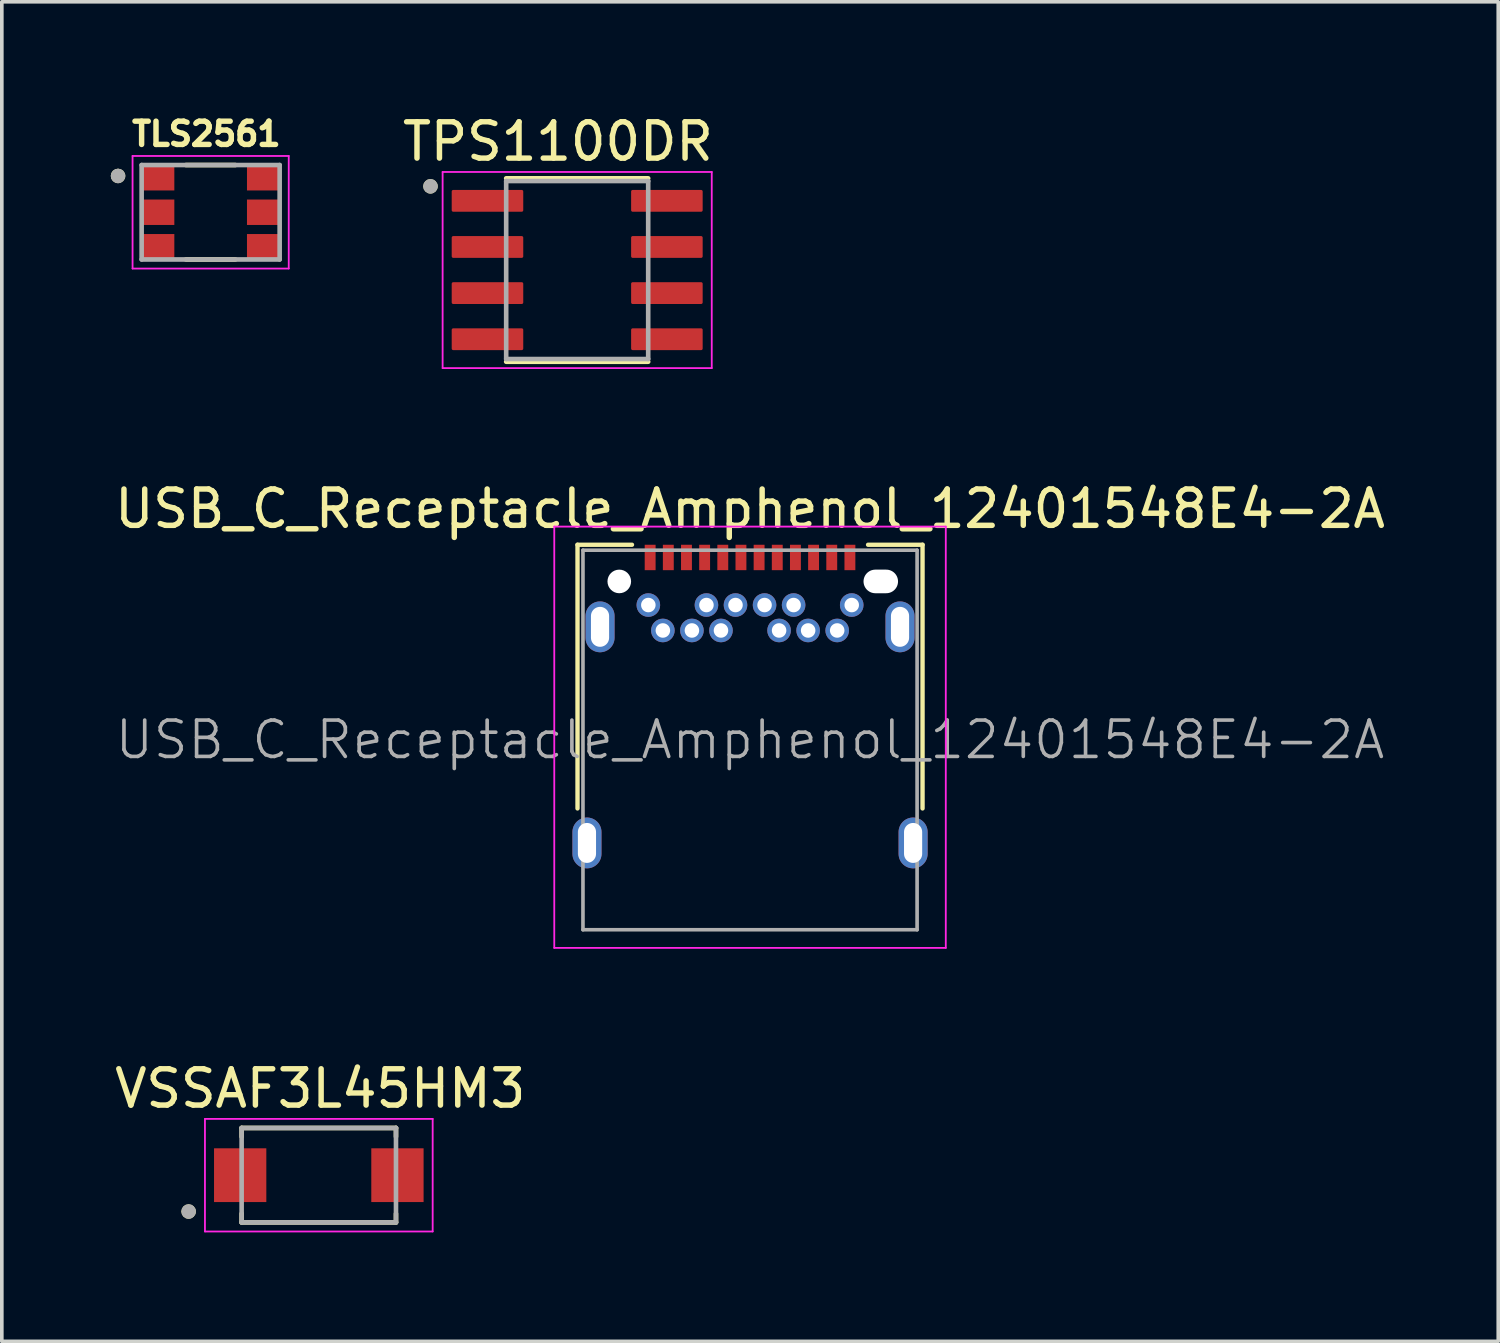
<source format=kicad_pcb>
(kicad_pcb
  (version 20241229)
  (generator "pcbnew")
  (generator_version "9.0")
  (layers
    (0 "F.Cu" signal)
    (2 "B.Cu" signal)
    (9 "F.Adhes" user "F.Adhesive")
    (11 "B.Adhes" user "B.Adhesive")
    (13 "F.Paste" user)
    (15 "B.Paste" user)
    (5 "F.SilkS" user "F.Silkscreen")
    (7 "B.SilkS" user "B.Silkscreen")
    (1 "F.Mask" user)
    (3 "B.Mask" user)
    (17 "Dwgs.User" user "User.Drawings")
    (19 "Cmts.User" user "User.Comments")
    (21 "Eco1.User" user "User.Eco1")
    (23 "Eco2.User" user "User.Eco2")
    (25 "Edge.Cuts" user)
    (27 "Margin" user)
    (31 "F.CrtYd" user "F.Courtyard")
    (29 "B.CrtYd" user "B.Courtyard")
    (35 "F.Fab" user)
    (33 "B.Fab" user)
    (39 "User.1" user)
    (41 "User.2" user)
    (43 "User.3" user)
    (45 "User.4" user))
  (footprint "TPS1100DR"
    (layer "F.Cu")
    (at 12.842 4.385)
    (property "Reference" "TPS1100DR" (at -0.53 -3.537 0) (layer "F.SilkS") (effects (font (size 1 1) (thickness 0.15))))
    (attr through_hole)
    (fp_line (start -1.955 -2.525) (end 1.955 -2.525) (stroke (width 0.127) (type solid)) (layer "F.SilkS"))
    (fp_line (start -1.955 2.525) (end 1.955 2.525) (stroke (width 0.127) (type solid)) (layer "F.SilkS"))
    (fp_circle (center -4.04 -2.305) (end -3.94 -2.305) (stroke (width 0.2) (type solid)) (fill no) (layer "F.SilkS"))
    (fp_line (start -3.705 -2.7) (end -3.705 2.7) (stroke (width 0.05) (type solid)) (layer "F.CrtYd"))
    (fp_line (start -3.705 -2.7) (end 3.705 -2.7) (stroke (width 0.05) (type solid)) (layer "F.CrtYd"))
    (fp_line (start -3.705 2.7) (end 3.705 2.7) (stroke (width 0.05) (type solid)) (layer "F.CrtYd"))
    (fp_line (start 3.705 -2.7) (end 3.705 2.7) (stroke (width 0.05) (type solid)) (layer "F.CrtYd"))
    (fp_line (start -1.955 -2.45) (end -1.955 2.45) (stroke (width 0.127) (type solid)) (layer "F.Fab"))
    (fp_line (start -1.955 -2.45) (end 1.955 -2.45) (stroke (width 0.127) (type solid)) (layer "F.Fab"))
    (fp_line (start -1.955 2.45) (end 1.955 2.45) (stroke (width 0.127) (type solid)) (layer "F.Fab"))
    (fp_line (start 1.955 -2.45) (end 1.955 2.45) (stroke (width 0.127) (type solid)) (layer "F.Fab"))
    (fp_circle (center -4.04 -2.305) (end -3.94 -2.305) (stroke (width 0.2) (type solid)) (fill no) (layer "F.Fab"))
    (pad "1" smd roundrect (at -2.47 -1.905) (size 1.97 0.6) (layers "F.Cu" "F.Mask" "F.Paste") (roundrect_rratio 0.07))
    (pad "2" smd roundrect (at -2.47 -0.635) (size 1.97 0.6) (layers "F.Cu" "F.Mask" "F.Paste") (roundrect_rratio 0.07))
    (pad "3" smd roundrect (at -2.47 0.635) (size 1.97 0.6) (layers "F.Cu" "F.Mask" "F.Paste") (roundrect_rratio 0.07))
    (pad "4" smd roundrect (at -2.47 1.905) (size 1.97 0.6) (layers "F.Cu" "F.Mask" "F.Paste") (roundrect_rratio 0.07))
    (pad "5" smd roundrect (at 2.47 1.905) (size 1.97 0.6) (layers "F.Cu" "F.Mask" "F.Paste") (roundrect_rratio 0.07))
    (pad "6" smd roundrect (at 2.47 0.635) (size 1.97 0.6) (layers "F.Cu" "F.Mask" "F.Paste") (roundrect_rratio 0.07))
    (pad "7" smd roundrect (at 2.47 -0.635) (size 1.97 0.6) (layers "F.Cu" "F.Mask" "F.Paste") (roundrect_rratio 0.07))
    (pad "8" smd roundrect (at 2.47 -1.905) (size 1.97 0.6) (layers "F.Cu" "F.Mask" "F.Paste") (roundrect_rratio 0.07)))
  (footprint "VSSAF3L45HM3"
    (layer "F.Cu")
    (at 5.728 29.307)
    (property "Reference" "VSSAF3L45HM3" (at 0.04 -2.385 0) (layer "F.SilkS") (effects (font (size 1 1) (thickness 0.15))))
    (attr through_hole)
    (fp_line (start -2.125 -1.3) (end 2.125 -1.3) (stroke (width 0.127) (type solid)) (layer "F.SilkS"))
    (fp_line (start -2.125 -1.06) (end -2.125 -1.3) (stroke (width 0.127) (type solid)) (layer "F.SilkS"))
    (fp_line (start -2.125 1.3) (end -2.125 1.06) (stroke (width 0.127) (type solid)) (layer "F.SilkS"))
    (fp_line (start 2.125 -1.3) (end 2.125 -1.06) (stroke (width 0.127) (type solid)) (layer "F.SilkS"))
    (fp_line (start 2.125 1.3) (end -2.125 1.3) (stroke (width 0.127) (type solid)) (layer "F.SilkS"))
    (fp_line (start 2.125 1.3) (end 2.125 1.06) (stroke (width 0.127) (type solid)) (layer "F.SilkS"))
    (fp_circle (center -3.585 1) (end -3.485 1) (stroke (width 0.2) (type solid)) (fill no) (layer "F.SilkS"))
    (fp_line (start -3.135 -1.55) (end -3.135 1.55) (stroke (width 0.05) (type solid)) (layer "F.CrtYd"))
    (fp_line (start -3.135 1.55) (end 3.135 1.55) (stroke (width 0.05) (type solid)) (layer "F.CrtYd"))
    (fp_line (start 3.135 -1.55) (end -3.135 -1.55) (stroke (width 0.05) (type solid)) (layer "F.CrtYd"))
    (fp_line (start 3.135 1.55) (end 3.135 -1.55) (stroke (width 0.05) (type solid)) (layer "F.CrtYd"))
    (fp_line (start -2.125 -1.3) (end 2.125 -1.3) (stroke (width 0.127) (type solid)) (layer "F.Fab"))
    (fp_line (start -2.125 1.3) (end -2.125 -1.3) (stroke (width 0.127) (type solid)) (layer "F.Fab"))
    (fp_line (start 2.125 -1.3) (end 2.125 1.3) (stroke (width 0.127) (type solid)) (layer "F.Fab"))
    (fp_line (start 2.125 1.3) (end -2.125 1.3) (stroke (width 0.127) (type solid)) (layer "F.Fab"))
    (fp_circle (center -3.585 1) (end -3.485 1) (stroke (width 0.2) (type solid)) (fill no) (layer "F.Fab"))
    (pad "1" smd rect (at -2.165 0) (size 1.44 1.48) (layers "F.Cu" "F.Mask" "F.Paste"))
    (pad "2" smd rect (at 2.165 0) (size 1.44 1.48) (layers "F.Cu" "F.Mask" "F.Paste")))
  (footprint "TLS2561"
    (layer "F.Cu")
    (at 2.75 2.794)
    (property "Reference" "TLS2561" (at -0.118 -2.156 0) (layer "F.SilkS") (effects (font (size 0.64 0.64) (thickness 0.15))))
    (attr through_hole)
    (fp_line (start -0.68 -1.3) (end 0.68 -1.3) (stroke (width 0.127) (type solid)) (layer "F.SilkS"))
    (fp_line (start 0.68 1.3) (end -0.68 1.3) (stroke (width 0.127) (type solid)) (layer "F.SilkS"))
    (fp_circle (center -2.55 -1) (end -2.45 -1) (stroke (width 0.2) (type solid)) (fill no) (layer "F.SilkS"))
    (fp_line (start -2.15 -1.55) (end -2.15 1.55) (stroke (width 0.05) (type solid)) (layer "F.CrtYd"))
    (fp_line (start -2.15 1.55) (end 2.15 1.55) (stroke (width 0.05) (type solid)) (layer "F.CrtYd"))
    (fp_line (start 2.15 -1.55) (end -2.15 -1.55) (stroke (width 0.05) (type solid)) (layer "F.CrtYd"))
    (fp_line (start 2.15 1.55) (end 2.15 -1.55) (stroke (width 0.05) (type solid)) (layer "F.CrtYd"))
    (fp_line (start -1.9 -1.3) (end 1.9 -1.3) (stroke (width 0.127) (type solid)) (layer "F.Fab"))
    (fp_line (start -1.9 1.3) (end -1.9 -1.3) (stroke (width 0.127) (type solid)) (layer "F.Fab"))
    (fp_line (start 1.9 -1.3) (end 1.9 1.3) (stroke (width 0.127) (type solid)) (layer "F.Fab"))
    (fp_line (start 1.9 1.3) (end -1.9 1.3) (stroke (width 0.127) (type solid)) (layer "F.Fab"))
    (fp_circle (center -2.55 -1) (end -2.45 -1) (stroke (width 0.2) (type solid)) (fill no) (layer "F.Fab"))
    (pad "1" smd rect (at -1.45 -0.95) (size 0.9 0.7) (layers "F.Cu" "F.Mask" "F.Paste"))
    (pad "2" smd rect (at -1.45 0) (size 0.9 0.7) (layers "F.Cu" "F.Mask" "F.Paste"))
    (pad "3" smd rect (at -1.45 0.95) (size 0.9 0.7) (layers "F.Cu" "F.Mask" "F.Paste"))
    (pad "4" smd rect (at 1.45 0.95) (size 0.9 0.7) (layers "F.Cu" "F.Mask" "F.Paste"))
    (pad "5" smd rect (at 1.45 0) (size 0.9 0.7) (layers "F.Cu" "F.Mask" "F.Paste"))
    (pad "6" smd rect (at 1.45 -0.95) (size 0.9 0.7) (layers "F.Cu" "F.Mask" "F.Paste")))
  (footprint "USB_C_Receptacle_Amphenol_12401548E4-2A"
    (layer "F.Cu")
    (at 17.601 17.319)
    (property "Reference" "USB_C_Receptacle_Amphenol_12401548E4-2A" (at 0 -6.36 0) (layer "F.SilkS") (effects (font (size 1 1) (thickness 0.15))))
    (attr smd)
    (fp_line (start -4.75 -5.37) (end -4.75 1.89) (stroke (width 0.12) (type solid)) (layer "F.SilkS"))
    (fp_line (start -4.75 -5.37) (end -3.25 -5.37) (stroke (width 0.12) (type solid)) (layer "F.SilkS"))
    (fp_line (start 3.25 -5.37) (end 4.75 -5.37) (stroke (width 0.12) (type solid)) (layer "F.SilkS"))
    (fp_line (start 4.75 -5.37) (end 4.75 1.89) (stroke (width 0.12) (type solid)) (layer "F.SilkS"))
    (fp_line (start -5.39 -5.87) (end 5.39 -5.87) (stroke (width 0.05) (type solid)) (layer "F.CrtYd"))
    (fp_line (start -5.39 5.73) (end -5.39 -5.87) (stroke (width 0.05) (type solid)) (layer "F.CrtYd"))
    (fp_line (start 5.39 -5.87) (end 5.39 5.73) (stroke (width 0.05) (type solid)) (layer "F.CrtYd"))
    (fp_line (start 5.39 5.73) (end -5.39 5.73) (stroke (width 0.05) (type solid)) (layer "F.CrtYd"))
    (fp_line (start -4.6 -5.22) (end 4.6 -5.22) (stroke (width 0.1) (type solid)) (layer "F.Fab"))
    (fp_line (start -4.6 5.23) (end -4.6 -5.22) (stroke (width 0.1) (type solid)) (layer "F.Fab"))
    (fp_line (start -4.6 5.23) (end 4.6 5.23) (stroke (width 0.1) (type solid)) (layer "F.Fab"))
    (fp_line (start 4.6 5.23) (end 4.6 -5.22) (stroke (width 0.1) (type solid)) (layer "F.Fab"))
    (fp_text user "${REFERENCE}" (at 0 0 0) (layer "F.Fab") (effects (font (size 1 1) (thickness 0.1))))
    (pad "" np_thru_hole circle (at -3.6 -4.36) (size 0.65 0.65) (drill 0.65) (layers "*.Cu" "*.Mask"))
    (pad "" np_thru_hole oval (at 3.6 -4.36) (size 0.95 0.65) (drill oval 0.95 0.65) (layers "*.Cu" "*.Mask"))
    (pad "A1" smd rect (at -2.75 -5.02) (size 0.3 0.7) (layers "F.Cu" "F.Mask" "F.Paste"))
    (pad "A2" smd rect (at -2.25 -5.02) (size 0.3 0.7) (layers "F.Cu" "F.Mask" "F.Paste"))
    (pad "A3" smd rect (at -1.75 -5.02) (size 0.3 0.7) (layers "F.Cu" "F.Mask" "F.Paste"))
    (pad "A4" smd rect (at -1.25 -5.02) (size 0.3 0.7) (layers "F.Cu" "F.Mask" "F.Paste"))
    (pad "A5" smd rect (at -0.75 -5.02) (size 0.3 0.7) (layers "F.Cu" "F.Mask" "F.Paste"))
    (pad "A6" smd rect (at -0.25 -5.02) (size 0.3 0.7) (layers "F.Cu" "F.Mask" "F.Paste"))
    (pad "A7" smd rect (at 0.25 -5.02) (size 0.3 0.7) (layers "F.Cu" "F.Mask" "F.Paste"))
    (pad "A8" smd rect (at 0.75 -5.02) (size 0.3 0.7) (layers "F.Cu" "F.Mask" "F.Paste"))
    (pad "A9" smd rect (at 1.25 -5.02) (size 0.3 0.7) (layers "F.Cu" "F.Mask" "F.Paste"))
    (pad "A10" smd rect (at 1.75 -5.02) (size 0.3 0.7) (layers "F.Cu" "F.Mask" "F.Paste"))
    (pad "A11" smd rect (at 2.25 -5.02) (size 0.3 0.7) (layers "F.Cu" "F.Mask" "F.Paste"))
    (pad "A12" smd rect (at 2.75 -5.02) (size 0.3 0.7) (layers "F.Cu" "F.Mask" "F.Paste"))
    (pad "B1" thru_hole circle (at 2.8 -3.71) (size 0.65 0.65) (drill 0.4) (layers "*.Cu" "*.Mask"))
    (pad "B2" thru_hole circle (at 2.4 -3.01) (size 0.65 0.65) (drill 0.4) (layers "*.Cu" "*.Mask"))
    (pad "B3" thru_hole circle (at 1.6 -3.01) (size 0.65 0.65) (drill 0.4) (layers "*.Cu" "*.Mask"))
    (pad "B4" thru_hole circle (at 1.2 -3.71) (size 0.65 0.65) (drill 0.4) (layers "*.Cu" "*.Mask"))
    (pad "B5" thru_hole circle (at 0.8 -3.01) (size 0.65 0.65) (drill 0.4) (layers "*.Cu" "*.Mask"))
    (pad "B6" thru_hole circle (at 0.4 -3.71) (size 0.65 0.65) (drill 0.4) (layers "*.Cu" "*.Mask"))
    (pad "B7" thru_hole circle (at -0.4 -3.71) (size 0.65 0.65) (drill 0.4) (layers "*.Cu" "*.Mask"))
    (pad "B8" thru_hole circle (at -0.8 -3.01) (size 0.65 0.65) (drill 0.4) (layers "*.Cu" "*.Mask"))
    (pad "B9" thru_hole circle (at -1.2 -3.71) (size 0.65 0.65) (drill 0.4) (layers "*.Cu" "*.Mask"))
    (pad "B10" thru_hole circle (at -1.6 -3.01) (size 0.65 0.65) (drill 0.4) (layers "*.Cu" "*.Mask"))
    (pad "B11" thru_hole circle (at -2.4 -3.01) (size 0.65 0.65) (drill 0.4) (layers "*.Cu" "*.Mask"))
    (pad "B12" thru_hole circle (at -2.8 -3.71) (size 0.65 0.65) (drill 0.4) (layers "*.Cu" "*.Mask"))
    (pad "S1" thru_hole oval (at -4.49 2.84) (size 0.8 1.4) (drill oval 0.5 1.1) (layers "*.Cu" "*.Mask"))
    (pad "S1" thru_hole oval (at -4.13 -3.11) (size 0.8 1.4) (drill oval 0.5 1.1) (layers "*.Cu" "*.Mask"))
    (pad "S1" thru_hole oval (at 4.13 -3.11) (size 0.8 1.4) (drill oval 0.5 1.1) (layers "*.Cu" "*.Mask"))
    (pad "S1" thru_hole oval (at 4.49 2.84) (size 0.8 1.4) (drill oval 0.5 1.1) (layers "*.Cu" "*.Mask")))
  (gr_rect
    (start -3 -3)
    (end 38.202 33.882)
    (stroke (width 0.1) (type default))
    (fill no)
    (layer "Edge.Cuts")))
</source>
